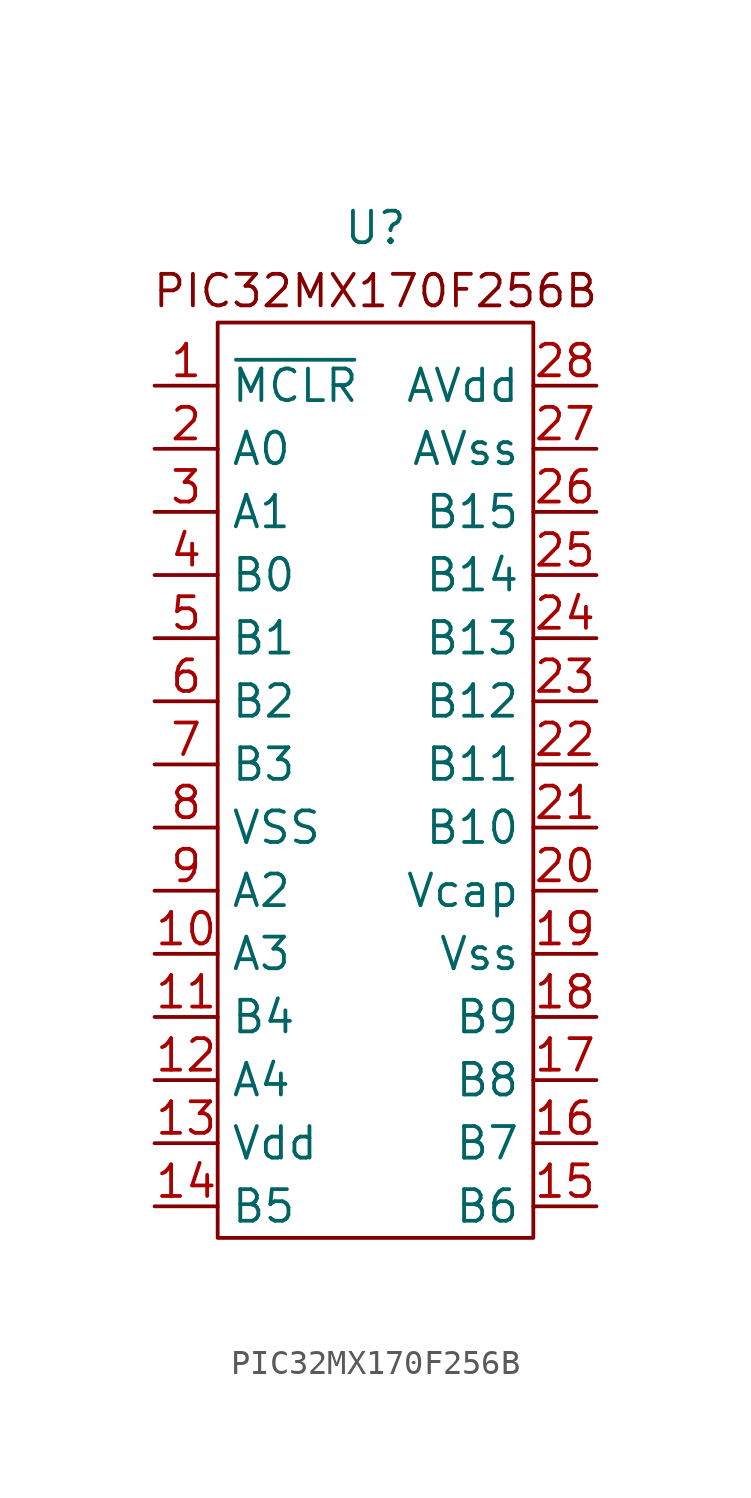
<source format=kicad_sym>
(kicad_symbol_lib
  (version 20220914)
  (generator kicad_symbol_editor)
  (symbol "PIC32MX170F256B"
    (property "Reference" "U"
      (at 8.89 6.35 0)
      (effects (font (size 1.27 1.27))))
    (property "Value" ""
      (at 0 0 0)
      (effects (font (size 1.27 1.27))))
    (symbol "PIC32MX170F256B_0_1"
      (rectangle (start 2.54 2.54) (end 15.24 -34.29) (stroke (width 0) (type default)) (fill (type none))))
    (symbol "PIC32MX170F256B_1_1"
      (text "PIC32MX170F256B" (at 8.89 3.81 0) (effects (font (size 1.27 1.27))))
      (pin input line (at 0 0 0) (length 2.54) (name "~{MCLR}" (effects (font (size 1.27 1.27)))) (number "1" (effects (font (size 1.27 1.27)))))
      (pin input line (at 0 -22.86 0) (length 2.54) (name "A3" (effects (font (size 1.27 1.27)))) (number "10" (effects (font (size 1.27 1.27)))))
      (pin input line (at 0 -25.4 0) (length 2.54) (name "B4" (effects (font (size 1.27 1.27)))) (number "11" (effects (font (size 1.27 1.27)))))
      (pin input line (at 0 -27.94 0) (length 2.54) (name "A4" (effects (font (size 1.27 1.27)))) (number "12" (effects (font (size 1.27 1.27)))))
      (pin input line (at 0 -30.48 0) (length 2.54) (name "Vdd" (effects (font (size 1.27 1.27)))) (number "13" (effects (font (size 1.27 1.27)))))
      (pin input line (at 0 -33.02 0) (length 2.54) (name "B5" (effects (font (size 1.27 1.27)))) (number "14" (effects (font (size 1.27 1.27)))))
      (pin input line (at 17.78 -33.02 180) (length 2.54) (name "B6" (effects (font (size 1.27 1.27)))) (number "15" (effects (font (size 1.27 1.27)))))
      (pin input line (at 17.78 -30.48 180) (length 2.54) (name "B7" (effects (font (size 1.27 1.27)))) (number "16" (effects (font (size 1.27 1.27)))))
      (pin input line (at 17.78 -27.94 180) (length 2.54) (name "B8" (effects (font (size 1.27 1.27)))) (number "17" (effects (font (size 1.27 1.27)))))
      (pin input line (at 17.78 -25.4 180) (length 2.54) (name "B9" (effects (font (size 1.27 1.27)))) (number "18" (effects (font (size 1.27 1.27)))))
      (pin input line (at 17.78 -22.86 180) (length 2.54) (name "Vss" (effects (font (size 1.27 1.27)))) (number "19" (effects (font (size 1.27 1.27)))))
      (pin input line (at 0 -2.54 0) (length 2.54) (name "A0" (effects (font (size 1.27 1.27)))) (number "2" (effects (font (size 1.27 1.27)))))
      (pin input line (at 17.78 -20.32 180) (length 2.54) (name "Vcap" (effects (font (size 1.27 1.27)))) (number "20" (effects (font (size 1.27 1.27)))))
      (pin input line (at 17.78 -17.78 180) (length 2.54) (name "B10" (effects (font (size 1.27 1.27)))) (number "21" (effects (font (size 1.27 1.27)))))
      (pin input line (at 17.78 -15.24 180) (length 2.54) (name "B11" (effects (font (size 1.27 1.27)))) (number "22" (effects (font (size 1.27 1.27)))))
      (pin input line (at 17.78 -12.7 180) (length 2.54) (name "B12" (effects (font (size 1.27 1.27)))) (number "23" (effects (font (size 1.27 1.27)))))
      (pin input line (at 17.78 -10.16 180) (length 2.54) (name "B13" (effects (font (size 1.27 1.27)))) (number "24" (effects (font (size 1.27 1.27)))))
      (pin input line (at 17.78 -7.62 180) (length 2.54) (name "B14" (effects (font (size 1.27 1.27)))) (number "25" (effects (font (size 1.27 1.27)))))
      (pin input line (at 17.78 -5.08 180) (length 2.54) (name "B15" (effects (font (size 1.27 1.27)))) (number "26" (effects (font (size 1.27 1.27)))))
      (pin input line (at 17.78 -2.54 180) (length 2.54) (name "AVss" (effects (font (size 1.27 1.27)))) (number "27" (effects (font (size 1.27 1.27)))))
      (pin input line (at 17.78 0 180) (length 2.54) (name "AVdd" (effects (font (size 1.27 1.27)))) (number "28" (effects (font (size 1.27 1.27)))))
      (pin input line (at 0 -5.08 0) (length 2.54) (name "A1" (effects (font (size 1.27 1.27)))) (number "3" (effects (font (size 1.27 1.27)))))
      (pin input line (at 0 -7.62 0) (length 2.54) (name "B0" (effects (font (size 1.27 1.27)))) (number "4" (effects (font (size 1.27 1.27)))))
      (pin input line (at 0 -10.16 0) (length 2.54) (name "B1" (effects (font (size 1.27 1.27)))) (number "5" (effects (font (size 1.27 1.27)))))
      (pin input line (at 0 -12.7 0) (length 2.54) (name "B2" (effects (font (size 1.27 1.27)))) (number "6" (effects (font (size 1.27 1.27)))))
      (pin input line (at 0 -15.24 0) (length 2.54) (name "B3" (effects (font (size 1.27 1.27)))) (number "7" (effects (font (size 1.27 1.27)))))
      (pin input line (at 0 -17.78 0) (length 2.54) (name "VSS" (effects (font (size 1.27 1.27)))) (number "8" (effects (font (size 1.27 1.27)))))
      (pin input line (at 0 -20.32 0) (length 2.54) (name "A2" (effects (font (size 1.27 1.27)))) (number "9" (effects (font (size 1.27 1.27))))))))
</source>
